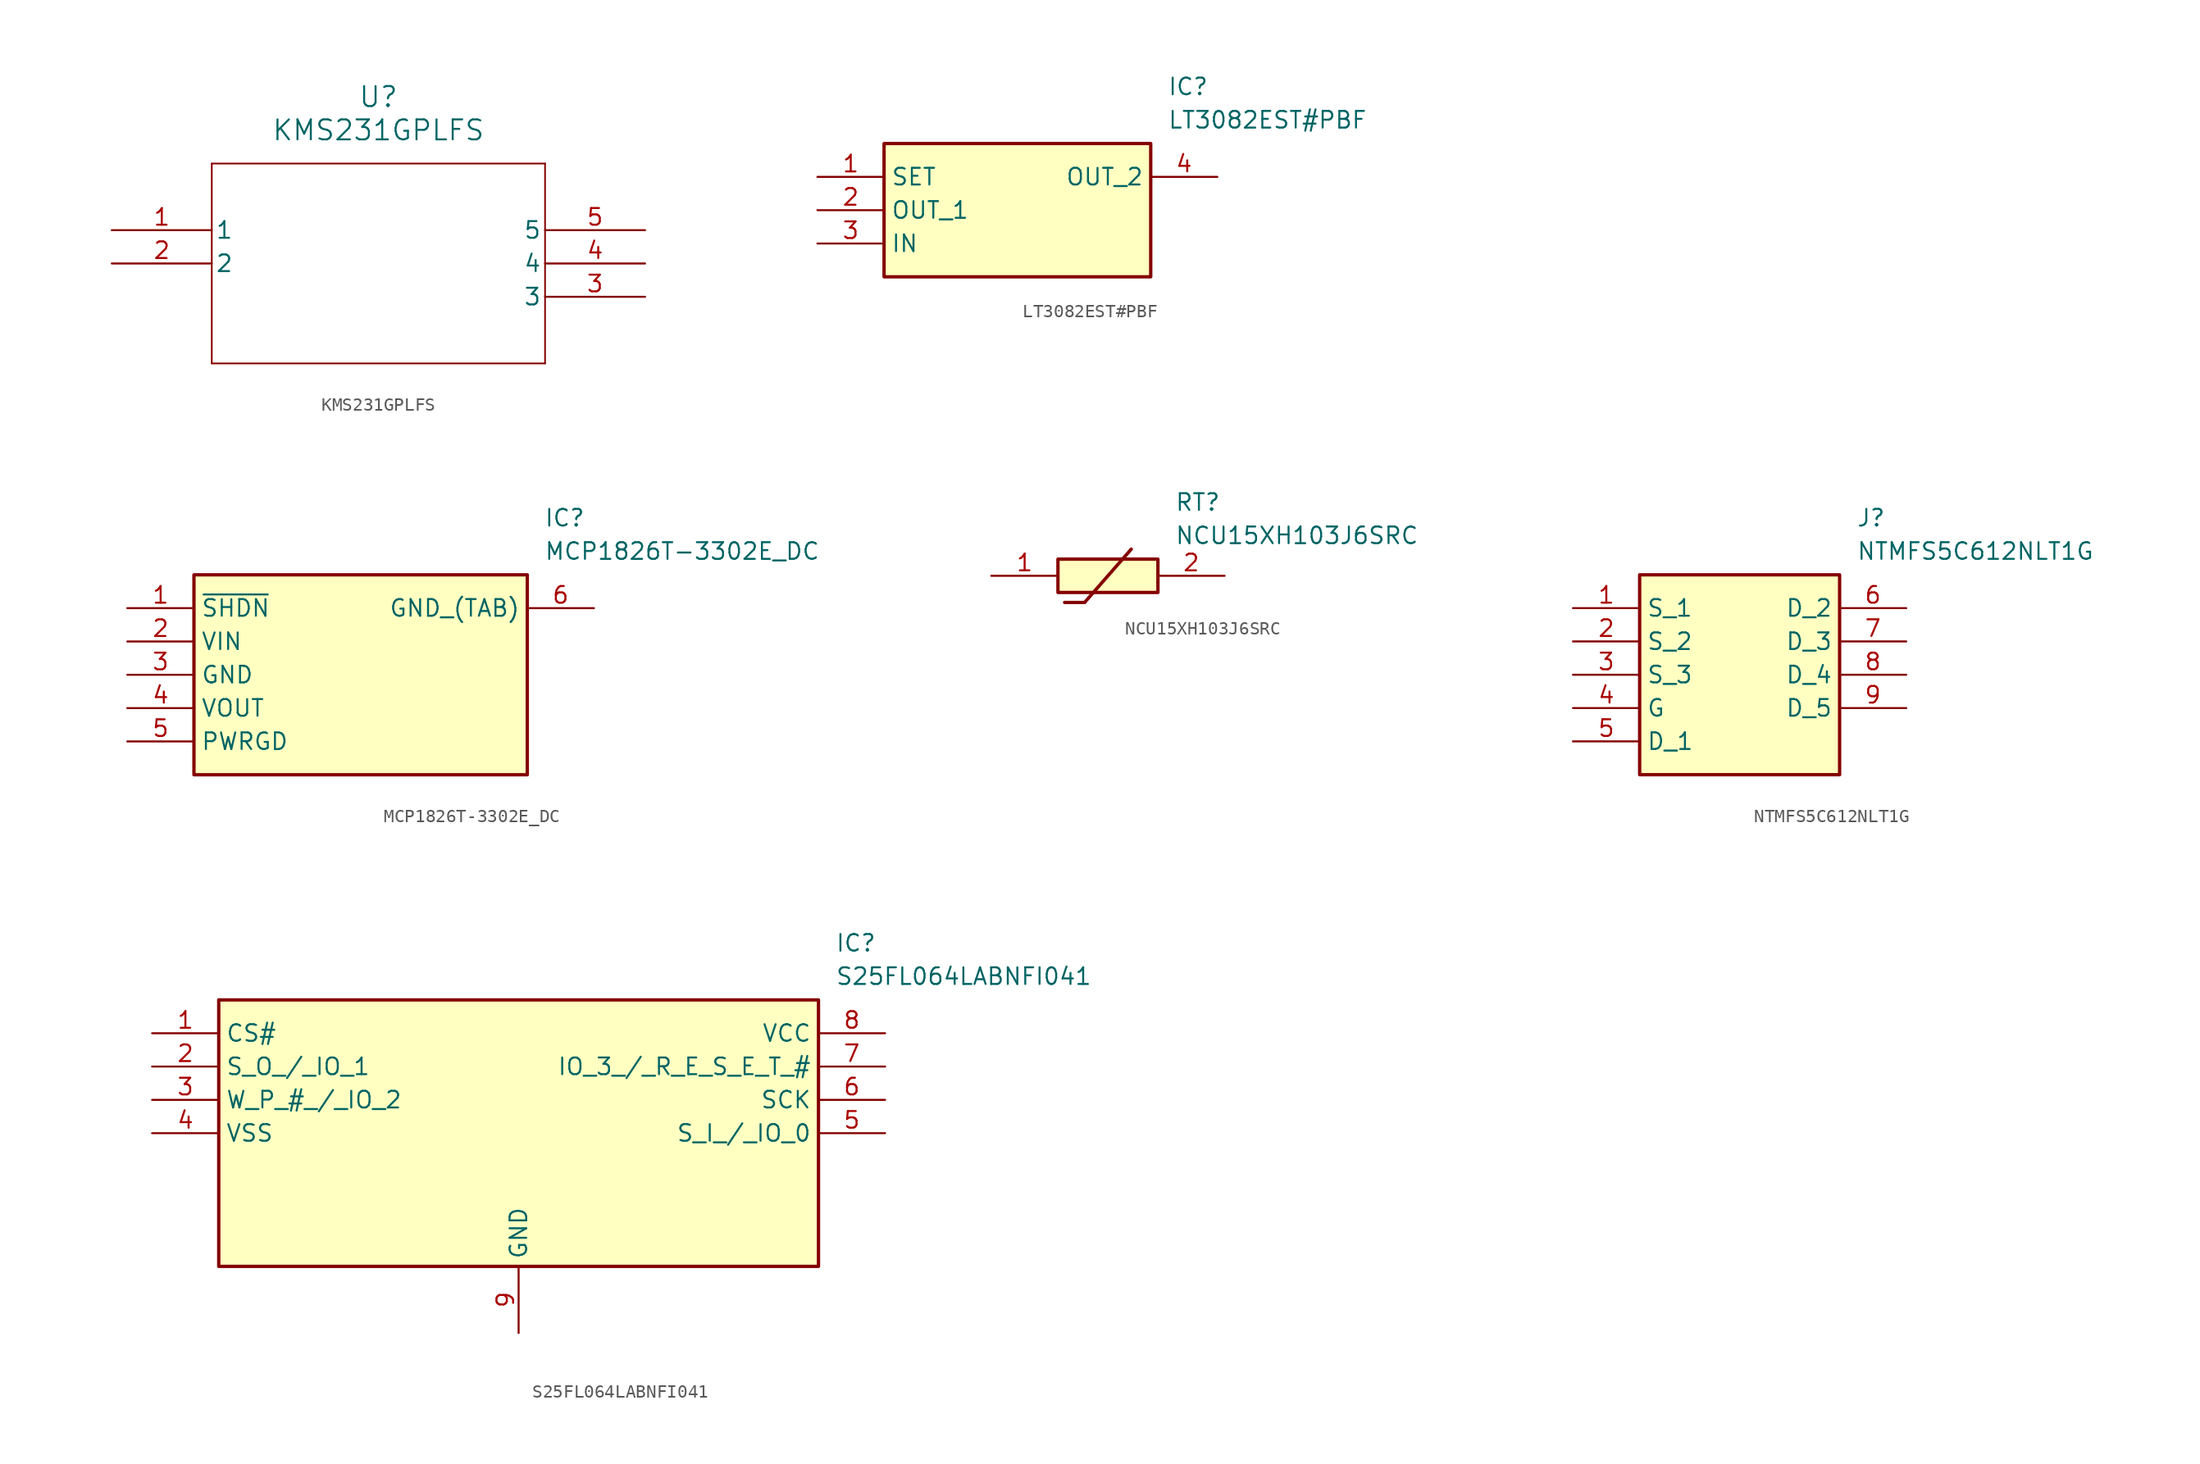
<source format=kicad_sym>
(kicad_symbol_lib
  (version 20241209)
  (generator "kicad_symbol_editor")
  (generator_version "9.0")
  (symbol "KMS231GPLFS"
    (pin_names
      (offset 0.254))
    (property "Reference" "U"
      (at 20.32 10.16 0)
      (effects (font (size 1.524 1.524))))
    (property "Value" "KMS231GPLFS"
      (at 20.32 7.62 0)
      (effects (font (size 1.524 1.524))))
    (symbol "KMS231GPLFS_0_1"
      (polyline (pts (xy 7.62 5.08) (xy 7.62 -10.16)) (stroke (width 0.127) (type default)) (fill (type none)))
      (polyline (pts (xy 7.62 -10.16) (xy 33.02 -10.16)) (stroke (width 0.127) (type default)) (fill (type none)))
      (polyline (pts (xy 33.02 5.08) (xy 7.62 5.08)) (stroke (width 0.127) (type default)) (fill (type none)))
      (polyline (pts (xy 33.02 -10.16) (xy 33.02 5.08)) (stroke (width 0.127) (type default)) (fill (type none)))
      (pin unspecified line (at 0 0 0) (length 7.62) (name "1" (effects (font (size 1.27 1.27)))) (number "1" (effects (font (size 1.27 1.27)))))
      (pin unspecified line (at 0 -2.54 0) (length 7.62) (name "2" (effects (font (size 1.27 1.27)))) (number "2" (effects (font (size 1.27 1.27)))))
      (pin unspecified line (at 40.64 0 180) (length 7.62) (name "5" (effects (font (size 1.27 1.27)))) (number "5" (effects (font (size 1.27 1.27)))))
      (pin unspecified line (at 40.64 -2.54 180) (length 7.62) (name "4" (effects (font (size 1.27 1.27)))) (number "4" (effects (font (size 1.27 1.27)))))
      (pin unspecified line (at 40.64 -5.08 180) (length 7.62) (name "3" (effects (font (size 1.27 1.27)))) (number "3" (effects (font (size 1.27 1.27)))))))
  (symbol "LT3082EST#PBF"
    (property "Reference" "IC"
      (at 26.67 7.62 0)
      (effects (font (size 1.27 1.27)) (justify left top)))
    (property "Value" "LT3082EST#PBF"
      (at 26.67 5.08 0)
      (effects (font (size 1.27 1.27)) (justify left top)))
    (symbol "LT3082EST#PBF_1_1"
      (rectangle (start 5.08 2.54) (end 25.4 -7.62) (stroke (width 0.254) (type default)) (fill (type background)))
      (pin passive line (at 0 0 0) (length 5.08) (name "SET" (effects (font (size 1.27 1.27)))) (number "1" (effects (font (size 1.27 1.27)))))
      (pin passive line (at 0 -2.54 0) (length 5.08) (name "OUT_1" (effects (font (size 1.27 1.27)))) (number "2" (effects (font (size 1.27 1.27)))))
      (pin passive line (at 0 -5.08 0) (length 5.08) (name "IN" (effects (font (size 1.27 1.27)))) (number "3" (effects (font (size 1.27 1.27)))))
      (pin passive line (at 30.48 0 180) (length 5.08) (name "OUT_2" (effects (font (size 1.27 1.27)))) (number "4" (effects (font (size 1.27 1.27)))))))
  (symbol "MCP1826T-3302E_DC"
    (property "Reference" "IC"
      (at 31.75 7.62 0)
      (effects (font (size 1.27 1.27)) (justify left top)))
    (property "Value" "MCP1826T-3302E_DC"
      (at 31.75 5.08 0)
      (effects (font (size 1.27 1.27)) (justify left top)))
    (symbol "MCP1826T-3302E_DC_1_1"
      (rectangle (start 5.08 2.54) (end 30.48 -12.7) (stroke (width 0.254) (type default)) (fill (type background)))
      (pin passive line (at 0 0 0) (length 5.08) (name "~{SHDN}" (effects (font (size 1.27 1.27)))) (number "1" (effects (font (size 1.27 1.27)))))
      (pin input line (at 0 -2.54 0) (length 5.08) (name "VIN" (effects (font (size 1.27 1.27)))) (number "2" (effects (font (size 1.27 1.27)))))
      (pin power_in line (at 0 -5.08 0) (length 5.08) (name "GND" (effects (font (size 1.27 1.27)))) (number "3" (effects (font (size 1.27 1.27)))))
      (pin output line (at 0 -7.62 0) (length 5.08) (name "VOUT" (effects (font (size 1.27 1.27)))) (number "4" (effects (font (size 1.27 1.27)))))
      (pin passive line (at 0 -10.16 0) (length 5.08) (name "PWRGD" (effects (font (size 1.27 1.27)))) (number "5" (effects (font (size 1.27 1.27)))))
      (pin power_in line (at 35.56 0 180) (length 5.08) (name "GND_(TAB)" (effects (font (size 1.27 1.27)))) (number "6" (effects (font (size 1.27 1.27)))))))
  (symbol "NCU15XH103J6SRC"
    (pin_names
      (hide yes))
    (property "Reference" "RT"
      (at 13.97 6.35 0)
      (effects (font (size 1.27 1.27)) (justify left top)))
    (property "Value" "NCU15XH103J6SRC"
      (at 13.97 3.81 0)
      (effects (font (size 1.27 1.27)) (justify left top)))
    (symbol "NCU15XH103J6SRC_1_1"
      (rectangle (start 5.08 1.27) (end 12.7 -1.27) (stroke (width 0.254) (type default)) (fill (type background)))
      (polyline (pts (xy 5.588 -2.032) (xy 7.112 -2.032)) (stroke (width 0.254) (type default)) (fill (type none)))
      (polyline (pts (xy 10.668 2.032) (xy 7.112 -2.032)) (stroke (width 0.254) (type default)) (fill (type none)))
      (pin passive line (at 0 0 0) (length 5.08) (name "1" (effects (font (size 1.27 1.27)))) (number "1" (effects (font (size 1.27 1.27)))))
      (pin passive line (at 17.78 0 180) (length 5.08) (name "2" (effects (font (size 1.27 1.27)))) (number "2" (effects (font (size 1.27 1.27)))))))
  (symbol "NTMFS5C612NLT1G"
    (property "Reference" "J"
      (at 21.59 7.62 0)
      (effects (font (size 1.27 1.27)) (justify left top)))
    (property "Value" "NTMFS5C612NLT1G"
      (at 21.59 5.08 0)
      (effects (font (size 1.27 1.27)) (justify left top)))
    (symbol "NTMFS5C612NLT1G_1_1"
      (rectangle (start 5.08 2.54) (end 20.32 -12.7) (stroke (width 0.254) (type default)) (fill (type background)))
      (pin passive line (at 0 0 0) (length 5.08) (name "S_1" (effects (font (size 1.27 1.27)))) (number "1" (effects (font (size 1.27 1.27)))))
      (pin passive line (at 0 -2.54 0) (length 5.08) (name "S_2" (effects (font (size 1.27 1.27)))) (number "2" (effects (font (size 1.27 1.27)))))
      (pin passive line (at 0 -5.08 0) (length 5.08) (name "S_3" (effects (font (size 1.27 1.27)))) (number "3" (effects (font (size 1.27 1.27)))))
      (pin passive line (at 0 -7.62 0) (length 5.08) (name "G" (effects (font (size 1.27 1.27)))) (number "4" (effects (font (size 1.27 1.27)))))
      (pin passive line (at 0 -10.16 0) (length 5.08) (name "D_1" (effects (font (size 1.27 1.27)))) (number "5" (effects (font (size 1.27 1.27)))))
      (pin passive line (at 25.4 0 180) (length 5.08) (name "D_2" (effects (font (size 1.27 1.27)))) (number "6" (effects (font (size 1.27 1.27)))))
      (pin passive line (at 25.4 -2.54 180) (length 5.08) (name "D_3" (effects (font (size 1.27 1.27)))) (number "7" (effects (font (size 1.27 1.27)))))
      (pin passive line (at 25.4 -5.08 180) (length 5.08) (name "D_4" (effects (font (size 1.27 1.27)))) (number "8" (effects (font (size 1.27 1.27)))))
      (pin passive line (at 25.4 -7.62 180) (length 5.08) (name "D_5" (effects (font (size 1.27 1.27)))) (number "9" (effects (font (size 1.27 1.27)))))))
  (symbol "S25FL064LABNFI041"
    (property "Reference" "IC"
      (at 52.07 7.62 0)
      (effects (font (size 1.27 1.27)) (justify left top)))
    (property "Value" "S25FL064LABNFI041"
      (at 52.07 5.08 0)
      (effects (font (size 1.27 1.27)) (justify left top)))
    (symbol "S25FL064LABNFI041_1_1"
      (rectangle (start 5.08 2.54) (end 50.8 -17.78) (stroke (width 0.254) (type default)) (fill (type background)))
      (pin passive line (at 0 0 0) (length 5.08) (name "CS#" (effects (font (size 1.27 1.27)))) (number "1" (effects (font (size 1.27 1.27)))))
      (pin passive line (at 0 -2.54 0) (length 5.08) (name "S_O_/_IO_1" (effects (font (size 1.27 1.27)))) (number "2" (effects (font (size 1.27 1.27)))))
      (pin passive line (at 0 -5.08 0) (length 5.08) (name "W_P_#_/_IO_2" (effects (font (size 1.27 1.27)))) (number "3" (effects (font (size 1.27 1.27)))))
      (pin passive line (at 0 -7.62 0) (length 5.08) (name "VSS" (effects (font (size 1.27 1.27)))) (number "4" (effects (font (size 1.27 1.27)))))
      (pin passive line (at 27.94 -22.86 90) (length 5.08) (name "GND" (effects (font (size 1.27 1.27)))) (number "9" (effects (font (size 1.27 1.27)))))
      (pin passive line (at 55.88 0 180) (length 5.08) (name "VCC" (effects (font (size 1.27 1.27)))) (number "8" (effects (font (size 1.27 1.27)))))
      (pin passive line (at 55.88 -2.54 180) (length 5.08) (name "IO_3_/_R_E_S_E_T_#" (effects (font (size 1.27 1.27)))) (number "7" (effects (font (size 1.27 1.27)))))
      (pin passive line (at 55.88 -5.08 180) (length 5.08) (name "SCK" (effects (font (size 1.27 1.27)))) (number "6" (effects (font (size 1.27 1.27)))))
      (pin passive line (at 55.88 -7.62 180) (length 5.08) (name "S_I_/_IO_0" (effects (font (size 1.27 1.27)))) (number "5" (effects (font (size 1.27 1.27))))))))
</source>
